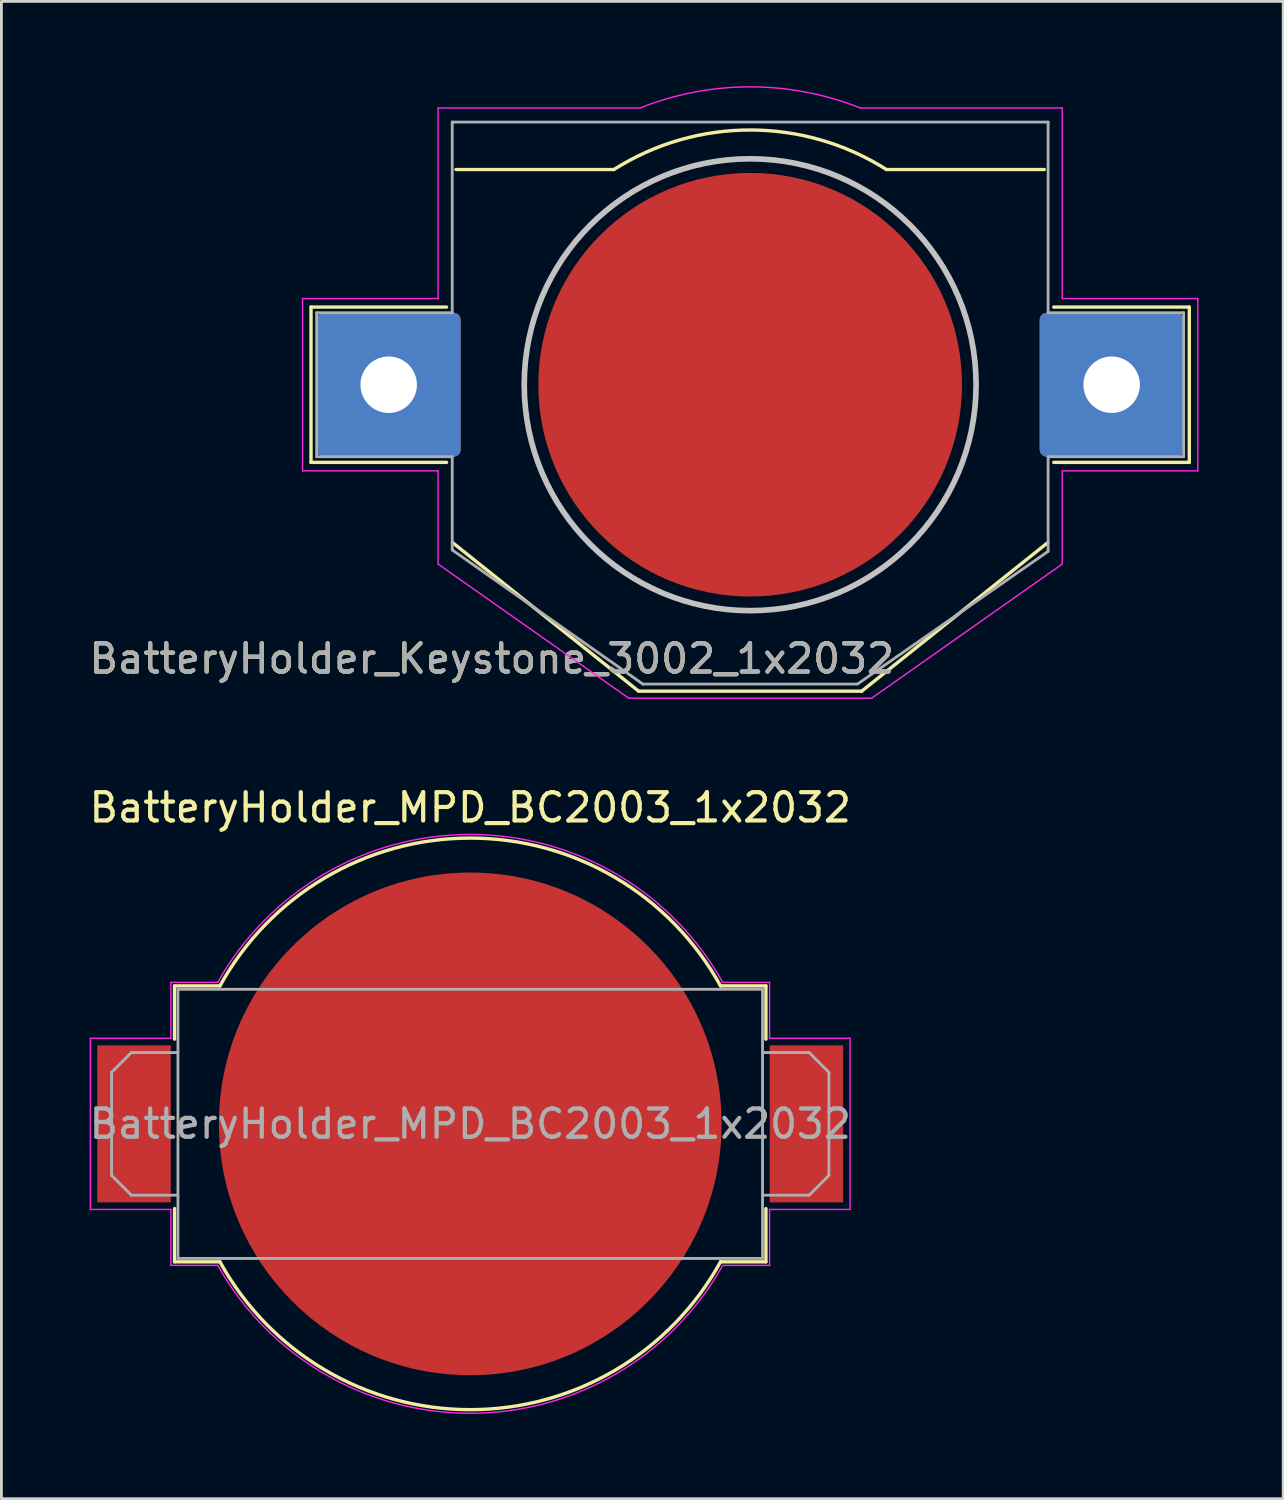
<source format=kicad_pcb>
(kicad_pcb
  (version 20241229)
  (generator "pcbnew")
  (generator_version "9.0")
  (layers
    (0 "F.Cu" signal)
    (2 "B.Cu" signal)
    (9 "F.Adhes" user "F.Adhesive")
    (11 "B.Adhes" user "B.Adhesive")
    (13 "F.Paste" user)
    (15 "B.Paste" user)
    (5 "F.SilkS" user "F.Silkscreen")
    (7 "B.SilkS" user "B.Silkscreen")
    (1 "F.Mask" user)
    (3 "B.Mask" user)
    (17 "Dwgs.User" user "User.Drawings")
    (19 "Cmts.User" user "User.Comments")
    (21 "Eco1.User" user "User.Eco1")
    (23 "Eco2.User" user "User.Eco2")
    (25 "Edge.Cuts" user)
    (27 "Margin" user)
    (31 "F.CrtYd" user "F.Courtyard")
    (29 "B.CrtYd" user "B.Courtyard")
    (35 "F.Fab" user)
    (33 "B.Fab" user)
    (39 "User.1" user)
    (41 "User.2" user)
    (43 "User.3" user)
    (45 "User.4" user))
  (footprint "BatteryHolder_MPD_BC2003_1x2032"
    (layer "F.Cu")
    (at 13.601 36.746)
    (property "Reference" "BatteryHolder_MPD_BC2003_1x2032" (at 0 -11.2 0) (layer "F.SilkS") (effects (font (size 1 1) (thickness 0.15))))
    (attr smd)
    (fp_line (start -10.47 -4.885) (end -8.863 -4.885) (stroke (width 0.12) (type solid)) (layer "F.SilkS"))
    (fp_line (start -10.47 -3) (end -10.47 -4.885) (stroke (width 0.12) (type solid)) (layer "F.SilkS"))
    (fp_line (start -10.47 3) (end -10.47 4.885) (stroke (width 0.12) (type solid)) (layer "F.SilkS"))
    (fp_line (start -10.47 4.885) (end -8.863 4.885) (stroke (width 0.12) (type solid)) (layer "F.SilkS"))
    (fp_line (start 10.47 -4.885) (end 8.863 -4.885) (stroke (width 0.12) (type solid)) (layer "F.SilkS"))
    (fp_line (start 10.47 -3) (end 10.47 -4.885) (stroke (width 0.12) (type solid)) (layer "F.SilkS"))
    (fp_line (start 10.47 3) (end 10.47 4.885) (stroke (width 0.12) (type solid)) (layer "F.SilkS"))
    (fp_line (start 10.47 4.885) (end 8.863 4.885) (stroke (width 0.12) (type solid)) (layer "F.SilkS"))
    (fp_arc (start -8.86291 -4.885) (mid 0 -10.12) (end 8.86291 -4.885) (stroke (width 0.12) (type solid)) (layer "F.SilkS"))
    (fp_arc (start 8.865021 4.881168) (mid 0.002187 10.12) (end -8.86291 4.885) (stroke (width 0.12) (type solid)) (layer "F.SilkS"))
    (fp_line (start -13.45 -3.03) (end -13.45 3.03) (stroke (width 0.05) (type solid)) (layer "F.CrtYd"))
    (fp_line (start -13.45 3.03) (end -10.6 3.03) (stroke (width 0.05) (type solid)) (layer "F.CrtYd"))
    (fp_line (start -10.6 -5.01) (end -10.6 -3.03) (stroke (width 0.05) (type solid)) (layer "F.CrtYd"))
    (fp_line (start -10.6 -3.03) (end -13.45 -3.03) (stroke (width 0.05) (type solid)) (layer "F.CrtYd"))
    (fp_line (start -10.6 5.01) (end -10.6 3.03) (stroke (width 0.05) (type solid)) (layer "F.CrtYd"))
    (fp_line (start -10.6 5.01) (end -8.94 5.01) (stroke (width 0.05) (type solid)) (layer "F.CrtYd"))
    (fp_line (start -8.94 -5.01) (end -10.6 -5.01) (stroke (width 0.05) (type solid)) (layer "F.CrtYd"))
    (fp_line (start 8.94 -5.01) (end 10.6 -5.01) (stroke (width 0.05) (type solid)) (layer "F.CrtYd"))
    (fp_line (start 8.94 5.01) (end 10.6 5.01) (stroke (width 0.05) (type solid)) (layer "F.CrtYd"))
    (fp_line (start 10.6 -5.01) (end 10.6 -3.03) (stroke (width 0.05) (type solid)) (layer "F.CrtYd"))
    (fp_line (start 10.6 -3.03) (end 13.45 -3.03) (stroke (width 0.05) (type solid)) (layer "F.CrtYd"))
    (fp_line (start 10.6 3.03) (end 13.45 3.03) (stroke (width 0.05) (type solid)) (layer "F.CrtYd"))
    (fp_line (start 10.6 5.01) (end 10.6 3.03) (stroke (width 0.05) (type solid)) (layer "F.CrtYd"))
    (fp_line (start 13.45 -3.03) (end 13.45 3.03) (stroke (width 0.05) (type solid)) (layer "F.CrtYd"))
    (fp_arc (start -8.934116 -5.020486) (mid 0.006012 -10.248106) (end 8.94 -5.01) (stroke (width 0.05) (type solid)) (layer "F.CrtYd"))
    (fp_arc (start 8.92534 5.036071) (mid -0.014955 10.248096) (end -8.94 5.01) (stroke (width 0.05) (type solid)) (layer "F.CrtYd"))
    (fp_line (start -12.7 -1.825) (end -12.7 1.825) (stroke (width 0.1) (type solid)) (layer "F.Fab"))
    (fp_line (start -12.7 -1.825) (end -12 -2.525) (stroke (width 0.1) (type solid)) (layer "F.Fab"))
    (fp_line (start -12.7 1.825) (end -12 2.525) (stroke (width 0.1) (type solid)) (layer "F.Fab"))
    (fp_line (start -10.35 -4.765) (end 10.35 -4.765) (stroke (width 0.1) (type solid)) (layer "F.Fab"))
    (fp_line (start -10.35 -2.525) (end -12 -2.525) (stroke (width 0.1) (type solid)) (layer "F.Fab"))
    (fp_line (start -10.35 2.525) (end -12 2.525) (stroke (width 0.1) (type solid)) (layer "F.Fab"))
    (fp_line (start -10.35 4.765) (end -10.35 -4.765) (stroke (width 0.1) (type solid)) (layer "F.Fab"))
    (fp_line (start -10.35 4.765) (end 10.35 4.765) (stroke (width 0.1) (type solid)) (layer "F.Fab"))
    (fp_line (start 10.35 -2.525) (end 12 -2.525) (stroke (width 0.1) (type solid)) (layer "F.Fab"))
    (fp_line (start 10.35 2.525) (end 12 2.525) (stroke (width 0.1) (type solid)) (layer "F.Fab"))
    (fp_line (start 10.35 4.765) (end 10.35 -4.765) (stroke (width 0.1) (type solid)) (layer "F.Fab"))
    (fp_line (start 12.7 -1.825) (end 12 -2.525) (stroke (width 0.1) (type solid)) (layer "F.Fab"))
    (fp_line (start 12.7 -1.825) (end 12.7 1.825) (stroke (width 0.1) (type solid)) (layer "F.Fab"))
    (fp_line (start 12.7 1.825) (end 12 2.525) (stroke (width 0.1) (type solid)) (layer "F.Fab"))
    (fp_text user "${REFERENCE}" (at 0 0 0) (layer "F.Fab") (effects (font (size 1 1) (thickness 0.15))))
    (pad "1" smd rect (at -11.905 0 180) (size 2.6 5.56) (layers "F.Cu" "F.Mask" "F.Paste"))
    (pad "1" smd rect (at 11.905 0 180) (size 2.6 5.56) (layers "F.Cu" "F.Mask" "F.Paste"))
    (pad "2" smd circle (at 0 0 180) (size 17.8 17.8) (layers "F.Cu" "F.Mask")))
  (footprint "BatteryHolder_Keystone_3002_1x2032"
    (layer "F.Cu")
    (at 23.513 10.573)
    (property "Reference" "BatteryHolder_Keystone_3002_1x2032" (at -9.15 9.7 0) (layer "F.SilkS") (effects (font (size 1 1) (thickness 0.15))))
    (attr smd)
    (fp_line (start -15.55 -2.75) (end -15.55 2.75) (stroke (width 0.12) (type solid)) (layer "F.SilkS"))
    (fp_line (start -15.55 2.75) (end -10.75 2.75) (stroke (width 0.12) (type solid)) (layer "F.SilkS"))
    (fp_line (start -10.75 -2.75) (end -15.55 -2.75) (stroke (width 0.12) (type solid)) (layer "F.SilkS"))
    (fp_line (start -10.541 5.588) (end -3.95 10.85) (stroke (width 0.12) (type solid)) (layer "F.SilkS"))
    (fp_line (start -4.826 -7.62) (end -10.414 -7.62) (stroke (width 0.12) (type default)) (layer "F.SilkS"))
    (fp_line (start -3.95 10.85) (end 3.95 10.85) (stroke (width 0.12) (type solid)) (layer "F.SilkS"))
    (fp_line (start 3.95 10.85) (end 10.541 5.588) (stroke (width 0.12) (type solid)) (layer "F.SilkS"))
    (fp_line (start 4.826 -7.62) (end 10.414 -7.62) (stroke (width 0.12) (type default)) (layer "F.SilkS"))
    (fp_line (start 10.75 2.75) (end 15.55 2.75) (stroke (width 0.12) (type solid)) (layer "F.SilkS"))
    (fp_line (start 15.55 -2.75) (end 10.75 -2.75) (stroke (width 0.12) (type solid)) (layer "F.SilkS"))
    (fp_line (start 15.55 2.75) (end 15.55 -2.75) (stroke (width 0.12) (type solid)) (layer "F.SilkS"))
    (fp_arc (start -4.826 -7.619999) (mid 0 -9.019682) (end 4.826 -7.619999) (stroke (width 0.12) (type default)) (layer "F.SilkS"))
    (fp_circle (center 0 0) (end 8 0) (stroke (width 0.2) (type solid)) (fill no) (layer "Dwgs.User"))
    (fp_line (start -15.85 -3.05) (end -11.05 -3.05) (stroke (width 0.05) (type solid)) (layer "F.CrtYd"))
    (fp_line (start -15.85 3.05) (end -15.85 -3.05) (stroke (width 0.05) (type solid)) (layer "F.CrtYd"))
    (fp_line (start -11.05 -9.8) (end -3.9 -9.8) (stroke (width 0.05) (type solid)) (layer "F.CrtYd"))
    (fp_line (start -11.05 -3.05) (end -11.05 -9.8) (stroke (width 0.05) (type solid)) (layer "F.CrtYd"))
    (fp_line (start -11.05 3.05) (end -15.85 3.05) (stroke (width 0.05) (type solid)) (layer "F.CrtYd"))
    (fp_line (start -11.05 6.35) (end -11.05 3.05) (stroke (width 0.05) (type solid)) (layer "F.CrtYd"))
    (fp_line (start -4.3 11.1) (end -11.05 6.35) (stroke (width 0.05) (type solid)) (layer "F.CrtYd"))
    (fp_line (start 4.3 11.1) (end -4.3 11.1) (stroke (width 0.05) (type solid)) (layer "F.CrtYd"))
    (fp_line (start 11.05 -9.8) (end 3.9 -9.8) (stroke (width 0.05) (type solid)) (layer "F.CrtYd"))
    (fp_line (start 11.05 -9.8) (end 11.05 -3.05) (stroke (width 0.05) (type solid)) (layer "F.CrtYd"))
    (fp_line (start 11.05 -3.05) (end 15.85 -3.05) (stroke (width 0.05) (type solid)) (layer "F.CrtYd"))
    (fp_line (start 11.05 3.05) (end 11.05 6.35) (stroke (width 0.05) (type solid)) (layer "F.CrtYd"))
    (fp_line (start 11.05 6.35) (end 4.3 11.1) (stroke (width 0.05) (type solid)) (layer "F.CrtYd"))
    (fp_line (start 15.85 -3.05) (end 15.85 3.05) (stroke (width 0.05) (type solid)) (layer "F.CrtYd"))
    (fp_line (start 15.85 3.05) (end 11.05 3.05) (stroke (width 0.05) (type solid)) (layer "F.CrtYd"))
    (fp_arc (start -3.9 -9.8) (mid 0 -10.547512) (end 3.9 -9.8) (stroke (width 0.05) (type solid)) (layer "F.CrtYd"))
    (fp_line (start -15.35 -2.55) (end -15.35 2.55) (stroke (width 0.1) (type solid)) (layer "F.Fab"))
    (fp_line (start -15.35 -2.55) (end -10.55 -2.55) (stroke (width 0.1) (type solid)) (layer "F.Fab"))
    (fp_line (start -15.35 2.55) (end -10.55 2.55) (stroke (width 0.1) (type solid)) (layer "F.Fab"))
    (fp_line (start -10.55 -2.55) (end -10.55 -9.3) (stroke (width 0.1) (type solid)) (layer "F.Fab"))
    (fp_line (start -10.55 2.55) (end -10.55 5.85) (stroke (width 0.1) (type solid)) (layer "F.Fab"))
    (fp_line (start -10.55 5.85) (end -3.8 10.6) (stroke (width 0.1) (type solid)) (layer "F.Fab"))
    (fp_line (start -3.8 10.6) (end 3.8 10.6) (stroke (width 0.1) (type solid)) (layer "F.Fab"))
    (fp_line (start 10.55 -9.3) (end -10.55 -9.3) (stroke (width 0.1) (type solid)) (layer "F.Fab"))
    (fp_line (start 10.55 -2.55) (end 10.55 -9.3) (stroke (width 0.1) (type solid)) (layer "F.Fab"))
    (fp_line (start 10.55 2.55) (end 10.55 5.9) (stroke (width 0.1) (type solid)) (layer "F.Fab"))
    (fp_line (start 10.55 2.55) (end 15.35 2.55) (stroke (width 0.1) (type solid)) (layer "F.Fab"))
    (fp_line (start 10.55 5.9) (end 3.8 10.6) (stroke (width 0.1) (type solid)) (layer "F.Fab"))
    (fp_line (start 15.35 -2.55) (end 10.55 -2.55) (stroke (width 0.1) (type solid)) (layer "F.Fab"))
    (fp_line (start 15.35 2.55) (end 15.35 -2.55) (stroke (width 0.1) (type solid)) (layer "F.Fab"))
    (fp_text user "${REFERENCE}" (at -9.15 9.7 0) (layer "F.Fab") (effects (font (size 1 1) (thickness 0.15))))
    (pad "1" thru_hole roundrect (at -12.8 0) (size 5.1 5.1) (drill 2) (layers "*.Cu" "*.Mask") (roundrect_rratio 0.049))
    (pad "1" thru_hole roundrect (at 12.8 0) (size 5.1 5.1) (drill 2) (layers "*.Cu" "*.Mask") (roundrect_rratio 0.049))
    (pad "2" smd circle (at 0 0) (size 15 15) (layers "F.Cu" "F.Mask")))
  (gr_rect
    (start -3 -3)
    (end 42.388 50.019)
    (stroke (width 0.1) (type default))
    (fill no)
    (layer "Edge.Cuts")))
</source>
